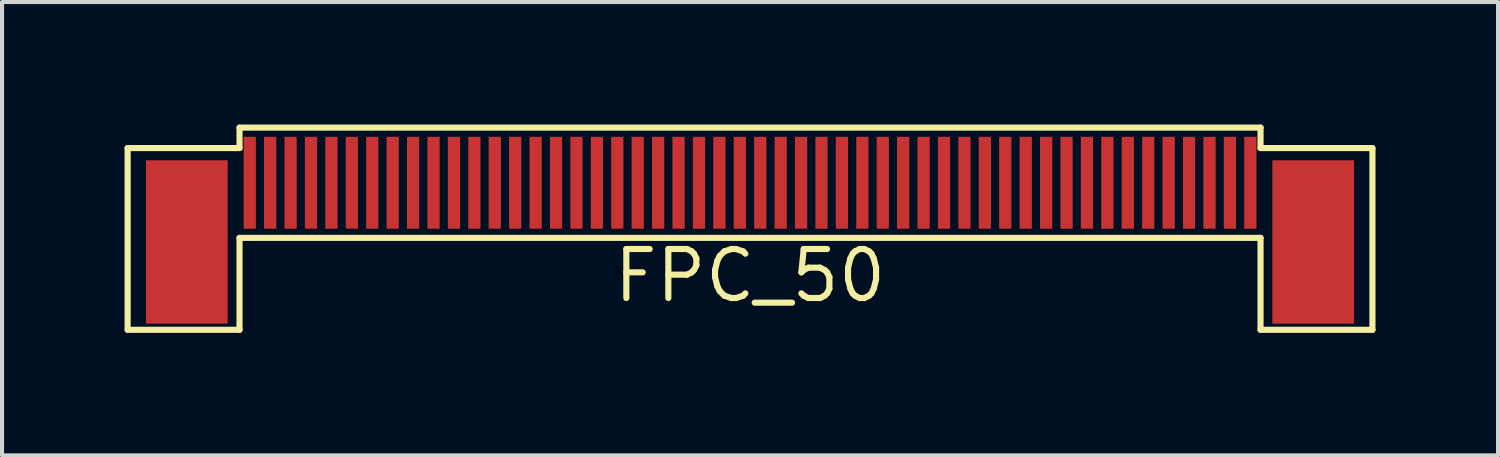
<source format=kicad_pcb>
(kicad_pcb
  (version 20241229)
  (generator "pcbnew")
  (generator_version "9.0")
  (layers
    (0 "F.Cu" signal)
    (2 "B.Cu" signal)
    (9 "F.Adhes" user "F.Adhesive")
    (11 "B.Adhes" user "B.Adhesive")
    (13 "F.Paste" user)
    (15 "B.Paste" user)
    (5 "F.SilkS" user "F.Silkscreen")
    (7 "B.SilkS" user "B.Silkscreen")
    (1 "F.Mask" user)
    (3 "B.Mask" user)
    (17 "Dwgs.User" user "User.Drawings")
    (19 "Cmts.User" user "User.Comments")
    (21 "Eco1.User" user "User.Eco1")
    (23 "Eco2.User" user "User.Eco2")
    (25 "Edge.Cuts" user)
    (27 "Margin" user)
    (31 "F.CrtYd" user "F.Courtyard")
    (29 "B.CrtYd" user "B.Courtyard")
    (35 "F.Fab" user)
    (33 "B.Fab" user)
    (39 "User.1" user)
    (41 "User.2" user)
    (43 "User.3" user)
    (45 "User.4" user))
  (footprint "FPC_50"
    (layer "F.Cu")
    (at 15.315 1.425)
    (property "Reference" "FPC_50" (at 0 2.275 0) (layer "F.SilkS") (effects (font (size 1.2 1.2) (thickness 0.15))))
    (attr through_hole)
    (fp_line (start -15.24 -0.85) (end -12.5 -0.85) (stroke (width 0.15) (type solid)) (layer "F.SilkS"))
    (fp_line (start -15.24 3.6) (end -15.24 -0.85) (stroke (width 0.15) (type solid)) (layer "F.SilkS"))
    (fp_line (start -12.5 -1.35) (end 12.5 -1.35) (stroke (width 0.15) (type solid)) (layer "F.SilkS"))
    (fp_line (start -12.5 -0.85) (end -12.5 -1.35) (stroke (width 0.15) (type solid)) (layer "F.SilkS"))
    (fp_line (start -12.5 1.35) (end -12.5 3.6) (stroke (width 0.15) (type solid)) (layer "F.SilkS"))
    (fp_line (start -12.5 1.35) (end 12.5 1.35) (stroke (width 0.15) (type solid)) (layer "F.SilkS"))
    (fp_line (start -12.5 3.6) (end -15.24 3.6) (stroke (width 0.15) (type solid)) (layer "F.SilkS"))
    (fp_line (start 12.5 -0.85) (end 12.5 -1.35) (stroke (width 0.15) (type solid)) (layer "F.SilkS"))
    (fp_line (start 12.5 1.35) (end 12.5 3.6) (stroke (width 0.15) (type solid)) (layer "F.SilkS"))
    (fp_line (start 12.5 3.6) (end 15.24 3.6) (stroke (width 0.15) (type solid)) (layer "F.SilkS"))
    (fp_line (start 15.24 -0.85) (end 12.5 -0.85) (stroke (width 0.15) (type solid)) (layer "F.SilkS"))
    (fp_line (start 15.24 3.6) (end 15.24 -0.85) (stroke (width 0.15) (type solid)) (layer "F.SilkS"))
    (pad "0" smd rect (at -13.79 1.45) (size 2 4) (layers "F.Cu" "F.Mask" "F.Paste"))
    (pad "0" smd rect (at 13.79 1.45) (size 2 4) (layers "F.Cu" "F.Mask" "F.Paste"))
    (pad "1" smd rect (at -12.25 0) (size 0.3 2.25) (layers "F.Cu" "F.Mask" "F.Paste"))
    (pad "2" smd rect (at -11.75 0) (size 0.3 2.25) (layers "F.Cu" "F.Mask" "F.Paste"))
    (pad "3" smd rect (at -11.25 0) (size 0.3 2.25) (layers "F.Cu" "F.Mask" "F.Paste"))
    (pad "4" smd rect (at -10.75 0) (size 0.3 2.25) (layers "F.Cu" "F.Mask" "F.Paste"))
    (pad "5" smd rect (at -10.25 0) (size 0.3 2.25) (layers "F.Cu" "F.Mask" "F.Paste"))
    (pad "6" smd rect (at -9.75 0) (size 0.3 2.25) (layers "F.Cu" "F.Mask" "F.Paste"))
    (pad "7" smd rect (at -9.25 0) (size 0.3 2.25) (layers "F.Cu" "F.Mask" "F.Paste"))
    (pad "8" smd rect (at -8.75 0) (size 0.3 2.25) (layers "F.Cu" "F.Mask" "F.Paste"))
    (pad "9" smd rect (at -8.25 0) (size 0.3 2.25) (layers "F.Cu" "F.Mask" "F.Paste"))
    (pad "10" smd rect (at -7.75 0) (size 0.3 2.25) (layers "F.Cu" "F.Mask" "F.Paste"))
    (pad "11" smd rect (at -7.25 0) (size 0.3 2.25) (layers "F.Cu" "F.Mask" "F.Paste"))
    (pad "12" smd rect (at -6.75 0) (size 0.3 2.25) (layers "F.Cu" "F.Mask" "F.Paste"))
    (pad "13" smd rect (at -6.25 0) (size 0.3 2.25) (layers "F.Cu" "F.Mask" "F.Paste"))
    (pad "14" smd rect (at -5.75 0) (size 0.3 2.25) (layers "F.Cu" "F.Mask" "F.Paste"))
    (pad "15" smd rect (at -5.25 0) (size 0.3 2.25) (layers "F.Cu" "F.Mask" "F.Paste"))
    (pad "16" smd rect (at -4.75 0) (size 0.3 2.25) (layers "F.Cu" "F.Mask" "F.Paste"))
    (pad "17" smd rect (at -4.25 0) (size 0.3 2.25) (layers "F.Cu" "F.Mask" "F.Paste"))
    (pad "18" smd rect (at -3.75 0) (size 0.3 2.25) (layers "F.Cu" "F.Mask" "F.Paste"))
    (pad "19" smd rect (at -3.25 0) (size 0.3 2.25) (layers "F.Cu" "F.Mask" "F.Paste"))
    (pad "20" smd rect (at -2.75 0) (size 0.3 2.25) (layers "F.Cu" "F.Mask" "F.Paste"))
    (pad "21" smd rect (at -2.25 0) (size 0.3 2.25) (layers "F.Cu" "F.Mask" "F.Paste"))
    (pad "22" smd rect (at -1.75 0) (size 0.3 2.25) (layers "F.Cu" "F.Mask" "F.Paste"))
    (pad "23" smd rect (at -1.25 0) (size 0.3 2.25) (layers "F.Cu" "F.Mask" "F.Paste"))
    (pad "24" smd rect (at -0.75 0) (size 0.3 2.25) (layers "F.Cu" "F.Mask" "F.Paste"))
    (pad "25" smd rect (at -0.25 0) (size 0.3 2.25) (layers "F.Cu" "F.Mask" "F.Paste"))
    (pad "26" smd rect (at 0.25 0) (size 0.3 2.25) (layers "F.Cu" "F.Mask" "F.Paste"))
    (pad "27" smd rect (at 0.75 0) (size 0.3 2.25) (layers "F.Cu" "F.Mask" "F.Paste"))
    (pad "28" smd rect (at 1.25 0) (size 0.3 2.25) (layers "F.Cu" "F.Mask" "F.Paste"))
    (pad "29" smd rect (at 1.75 0) (size 0.3 2.25) (layers "F.Cu" "F.Mask" "F.Paste"))
    (pad "30" smd rect (at 2.25 0) (size 0.3 2.25) (layers "F.Cu" "F.Mask" "F.Paste"))
    (pad "31" smd rect (at 2.75 0) (size 0.3 2.25) (layers "F.Cu" "F.Mask" "F.Paste"))
    (pad "32" smd rect (at 3.25 0) (size 0.3 2.25) (layers "F.Cu" "F.Mask" "F.Paste"))
    (pad "33" smd rect (at 3.75 0) (size 0.3 2.25) (layers "F.Cu" "F.Mask" "F.Paste"))
    (pad "34" smd rect (at 4.25 0) (size 0.3 2.25) (layers "F.Cu" "F.Mask" "F.Paste"))
    (pad "35" smd rect (at 4.75 0) (size 0.3 2.25) (layers "F.Cu" "F.Mask" "F.Paste"))
    (pad "36" smd rect (at 5.25 0) (size 0.3 2.25) (layers "F.Cu" "F.Mask" "F.Paste"))
    (pad "37" smd rect (at 5.75 0) (size 0.3 2.25) (layers "F.Cu" "F.Mask" "F.Paste"))
    (pad "38" smd rect (at 6.25 0) (size 0.3 2.25) (layers "F.Cu" "F.Mask" "F.Paste"))
    (pad "39" smd rect (at 6.75 0) (size 0.3 2.25) (layers "F.Cu" "F.Mask" "F.Paste"))
    (pad "40" smd rect (at 7.25 0) (size 0.3 2.25) (layers "F.Cu" "F.Mask" "F.Paste"))
    (pad "41" smd rect (at 7.75 0) (size 0.3 2.25) (layers "F.Cu" "F.Mask" "F.Paste"))
    (pad "42" smd rect (at 8.25 0) (size 0.3 2.25) (layers "F.Cu" "F.Mask" "F.Paste"))
    (pad "43" smd rect (at 8.75 0) (size 0.3 2.25) (layers "F.Cu" "F.Mask" "F.Paste"))
    (pad "44" smd rect (at 9.25 0) (size 0.3 2.25) (layers "F.Cu" "F.Mask" "F.Paste"))
    (pad "45" smd rect (at 9.75 0) (size 0.3 2.25) (layers "F.Cu" "F.Mask" "F.Paste"))
    (pad "46" smd rect (at 10.25 0) (size 0.3 2.25) (layers "F.Cu" "F.Mask" "F.Paste"))
    (pad "47" smd rect (at 10.75 0) (size 0.3 2.25) (layers "F.Cu" "F.Mask" "F.Paste"))
    (pad "48" smd rect (at 11.25 0) (size 0.3 2.25) (layers "F.Cu" "F.Mask" "F.Paste"))
    (pad "49" smd rect (at 11.75 0) (size 0.3 2.25) (layers "F.Cu" "F.Mask" "F.Paste"))
    (pad "50" smd rect (at 12.25 0) (size 0.3 2.25) (layers "F.Cu" "F.Mask" "F.Paste")))
  (gr_rect
    (start -3 -3)
    (end 33.63 8.1)
    (stroke (width 0.1) (type default))
    (fill no)
    (layer "Edge.Cuts")))
</source>
